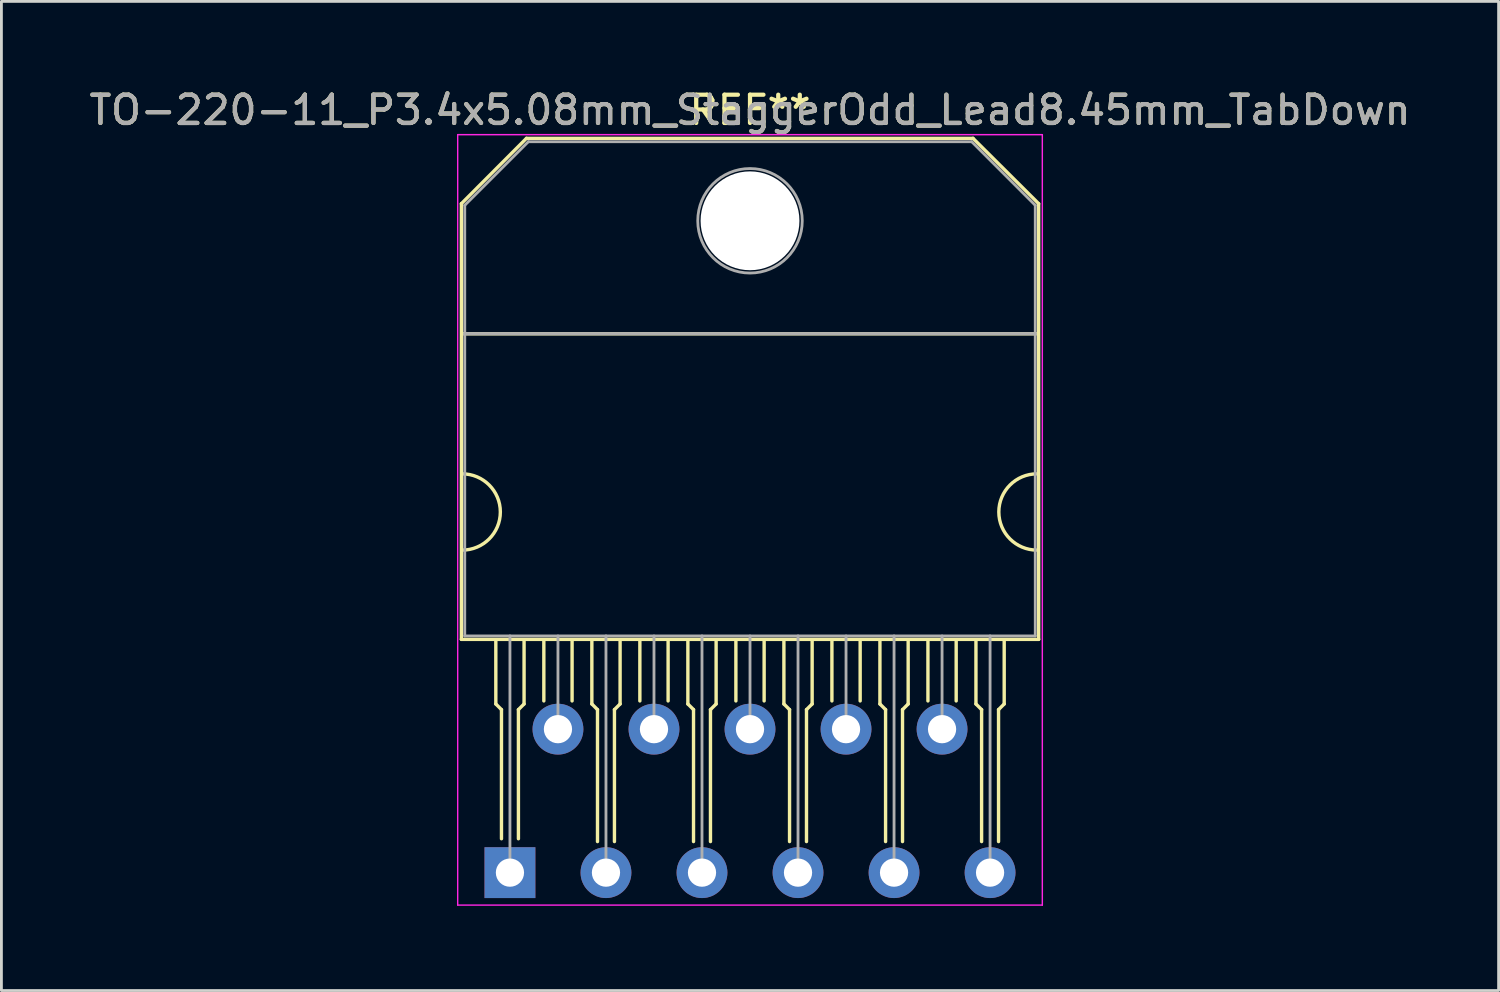
<source format=kicad_pcb>
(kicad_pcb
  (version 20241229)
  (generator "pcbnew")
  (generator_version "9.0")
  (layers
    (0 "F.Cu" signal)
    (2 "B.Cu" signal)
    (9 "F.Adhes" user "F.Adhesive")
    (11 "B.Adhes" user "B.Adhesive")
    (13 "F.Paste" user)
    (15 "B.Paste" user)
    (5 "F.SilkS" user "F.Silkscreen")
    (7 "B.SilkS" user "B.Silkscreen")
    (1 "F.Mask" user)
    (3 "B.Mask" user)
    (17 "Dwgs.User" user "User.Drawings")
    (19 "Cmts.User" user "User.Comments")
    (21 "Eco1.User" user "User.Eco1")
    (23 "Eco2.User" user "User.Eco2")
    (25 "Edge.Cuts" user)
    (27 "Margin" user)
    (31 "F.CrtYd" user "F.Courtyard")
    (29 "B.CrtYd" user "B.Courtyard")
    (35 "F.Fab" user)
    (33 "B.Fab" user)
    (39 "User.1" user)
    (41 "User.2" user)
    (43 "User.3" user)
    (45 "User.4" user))
  (footprint "TO-220-11_P3.4x5.08mm_StaggerOdd_Lead8.45mm_TabDown"
    (layer "F.Cu")
    (at 15.006 27.848)
    (property "Reference" "TO-220-11_P3.4x5.08mm_StaggerOdd_Lead8.45mm_TabDown" (at 8.5 -27 0) (layer "F.SilkS") (effects (font (size 1 1) (thickness 0.15))))
    (attr through_hole)
    (fp_line (start -1.72 -23.686) (end -1.72 -8.26) (stroke (width 0.12) (type solid)) (layer "F.SilkS"))
    (fp_line (start -1.72 -23.686) (end 0.585 -26) (stroke (width 0.12) (type solid)) (layer "F.SilkS"))
    (fp_line (start -1.72 -8.26) (end 18.72 -8.26) (stroke (width 0.12) (type solid)) (layer "F.SilkS"))
    (fp_line (start -1.69 -19.08) (end 18.66 -19.08) (stroke (width 0.12) (type solid)) (layer "F.SilkS"))
    (fp_line (start -0.5 -8.222) (end -0.5 -5.972) (stroke (width 0.12) (type solid)) (layer "F.SilkS"))
    (fp_line (start -0.5 -5.972) (end -0.3 -5.772) (stroke (width 0.12) (type solid)) (layer "F.SilkS"))
    (fp_line (start -0.3 -1.2) (end -0.3 -5.772) (stroke (width 0.12) (type solid)) (layer "F.SilkS"))
    (fp_line (start 0.3 -1.2) (end 0.3 -5.772) (stroke (width 0.12) (type solid)) (layer "F.SilkS"))
    (fp_line (start 0.5 -8.222) (end 0.5 -5.972) (stroke (width 0.12) (type solid)) (layer "F.SilkS"))
    (fp_line (start 0.5 -5.972) (end 0.3 -5.772) (stroke (width 0.12) (type solid)) (layer "F.SilkS"))
    (fp_line (start 0.585 -26) (end 16.396 -26) (stroke (width 0.12) (type solid)) (layer "F.SilkS"))
    (fp_line (start 1.2 -8.222) (end 1.2 -6.08) (stroke (width 0.12) (type solid)) (layer "F.SilkS"))
    (fp_line (start 2.2 -8.222) (end 2.2 -6.08) (stroke (width 0.12) (type solid)) (layer "F.SilkS"))
    (fp_line (start 2.9 -8.222) (end 2.9 -5.972) (stroke (width 0.12) (type solid)) (layer "F.SilkS"))
    (fp_line (start 2.9 -5.972) (end 3.1 -5.772) (stroke (width 0.12) (type solid)) (layer "F.SilkS"))
    (fp_line (start 3.1 -1.1) (end 3.1 -5.772) (stroke (width 0.12) (type solid)) (layer "F.SilkS"))
    (fp_line (start 3.7 -1.1) (end 3.7 -5.772) (stroke (width 0.12) (type solid)) (layer "F.SilkS"))
    (fp_line (start 3.9 -8.222) (end 3.9 -5.972) (stroke (width 0.12) (type solid)) (layer "F.SilkS"))
    (fp_line (start 3.9 -5.972) (end 3.7 -5.772) (stroke (width 0.12) (type solid)) (layer "F.SilkS"))
    (fp_line (start 4.6 -8.222) (end 4.6 -6.08) (stroke (width 0.12) (type solid)) (layer "F.SilkS"))
    (fp_line (start 5.6 -8.222) (end 5.6 -6.08) (stroke (width 0.12) (type solid)) (layer "F.SilkS"))
    (fp_line (start 6.3 -8.222) (end 6.3 -5.972) (stroke (width 0.12) (type solid)) (layer "F.SilkS"))
    (fp_line (start 6.3 -5.972) (end 6.5 -5.772) (stroke (width 0.12) (type solid)) (layer "F.SilkS"))
    (fp_line (start 6.5 -1.1) (end 6.5 -5.772) (stroke (width 0.12) (type solid)) (layer "F.SilkS"))
    (fp_line (start 7.1 -1.1) (end 7.1 -5.772) (stroke (width 0.12) (type solid)) (layer "F.SilkS"))
    (fp_line (start 7.3 -8.222) (end 7.3 -5.972) (stroke (width 0.12) (type solid)) (layer "F.SilkS"))
    (fp_line (start 7.3 -5.972) (end 7.1 -5.772) (stroke (width 0.12) (type solid)) (layer "F.SilkS"))
    (fp_line (start 8 -8.222) (end 8 -6.08) (stroke (width 0.12) (type solid)) (layer "F.SilkS"))
    (fp_line (start 9 -8.222) (end 9 -6.08) (stroke (width 0.12) (type solid)) (layer "F.SilkS"))
    (fp_line (start 9.7 -8.222) (end 9.7 -5.972) (stroke (width 0.12) (type solid)) (layer "F.SilkS"))
    (fp_line (start 9.7 -5.972) (end 9.9 -5.772) (stroke (width 0.12) (type solid)) (layer "F.SilkS"))
    (fp_line (start 9.9 -1.1) (end 9.9 -5.772) (stroke (width 0.12) (type solid)) (layer "F.SilkS"))
    (fp_line (start 10.5 -1.1) (end 10.5 -5.772) (stroke (width 0.12) (type solid)) (layer "F.SilkS"))
    (fp_line (start 10.7 -8.222) (end 10.7 -5.972) (stroke (width 0.12) (type solid)) (layer "F.SilkS"))
    (fp_line (start 10.7 -5.972) (end 10.5 -5.772) (stroke (width 0.12) (type solid)) (layer "F.SilkS"))
    (fp_line (start 11.4 -8.222) (end 11.4 -6.08) (stroke (width 0.12) (type solid)) (layer "F.SilkS"))
    (fp_line (start 12.4 -8.222) (end 12.4 -6.08) (stroke (width 0.12) (type solid)) (layer "F.SilkS"))
    (fp_line (start 13.1 -8.222) (end 13.1 -5.972) (stroke (width 0.12) (type solid)) (layer "F.SilkS"))
    (fp_line (start 13.1 -5.972) (end 13.3 -5.772) (stroke (width 0.12) (type solid)) (layer "F.SilkS"))
    (fp_line (start 13.3 -1.1) (end 13.3 -5.772) (stroke (width 0.12) (type solid)) (layer "F.SilkS"))
    (fp_line (start 13.9 -1.1) (end 13.9 -5.772) (stroke (width 0.12) (type solid)) (layer "F.SilkS"))
    (fp_line (start 14.1 -8.222) (end 14.1 -5.972) (stroke (width 0.12) (type solid)) (layer "F.SilkS"))
    (fp_line (start 14.1 -5.972) (end 13.9 -5.772) (stroke (width 0.12) (type solid)) (layer "F.SilkS"))
    (fp_line (start 14.8 -8.222) (end 14.8 -6.08) (stroke (width 0.12) (type solid)) (layer "F.SilkS"))
    (fp_line (start 15.8 -8.222) (end 15.8 -6.08) (stroke (width 0.12) (type solid)) (layer "F.SilkS"))
    (fp_line (start 16.5 -8.222) (end 16.5 -5.972) (stroke (width 0.12) (type solid)) (layer "F.SilkS"))
    (fp_line (start 16.5 -5.972) (end 16.7 -5.772) (stroke (width 0.12) (type solid)) (layer "F.SilkS"))
    (fp_line (start 16.7 -1.1) (end 16.7 -5.772) (stroke (width 0.12) (type solid)) (layer "F.SilkS"))
    (fp_line (start 17.3 -1.1) (end 17.3 -5.772) (stroke (width 0.12) (type solid)) (layer "F.SilkS"))
    (fp_line (start 17.5 -8.222) (end 17.5 -5.972) (stroke (width 0.12) (type solid)) (layer "F.SilkS"))
    (fp_line (start 17.5 -5.972) (end 17.3 -5.772) (stroke (width 0.12) (type solid)) (layer "F.SilkS"))
    (fp_line (start 18.72 -23.686) (end 16.396 -26) (stroke (width 0.12) (type solid)) (layer "F.SilkS"))
    (fp_line (start 18.72 -23.686) (end 18.72 -8.26) (stroke (width 0.12) (type solid)) (layer "F.SilkS"))
    (fp_arc (start -1.69 -14.12) (mid -0.34 -12.77) (end -1.69 -11.42) (stroke (width 0.12) (type solid)) (layer "F.SilkS"))
    (fp_arc (start 18.66 -11.42) (mid 17.31 -12.77) (end 18.66 -14.12) (stroke (width 0.12) (type solid)) (layer "F.SilkS"))
    (fp_line (start -1.85 -26.13) (end -1.85 1.15) (stroke (width 0.05) (type solid)) (layer "F.CrtYd"))
    (fp_line (start -1.85 1.15) (end 18.85 1.15) (stroke (width 0.05) (type solid)) (layer "F.CrtYd"))
    (fp_line (start 18.85 -26.13) (end -1.85 -26.13) (stroke (width 0.05) (type solid)) (layer "F.CrtYd"))
    (fp_line (start 18.85 1.15) (end 18.85 -26.13) (stroke (width 0.05) (type solid)) (layer "F.CrtYd"))
    (fp_line (start -1.6 -23.63) (end 0.651 -25.88) (stroke (width 0.1) (type solid)) (layer "F.Fab"))
    (fp_line (start -1.6 -19.08) (end -1.6 -23.63) (stroke (width 0.1) (type solid)) (layer "F.Fab"))
    (fp_line (start -1.6 -19.08) (end 18.6 -19.08) (stroke (width 0.1) (type solid)) (layer "F.Fab"))
    (fp_line (start -1.6 -8.38) (end -1.6 -19.08) (stroke (width 0.1) (type solid)) (layer "F.Fab"))
    (fp_line (start 0 -8.382) (end 0 0) (stroke (width 0.1) (type solid)) (layer "F.Fab"))
    (fp_line (start 0.651 -25.88) (end 16.351 -25.88) (stroke (width 0.1) (type solid)) (layer "F.Fab"))
    (fp_line (start 1.7 -8.38) (end 1.7 -5.08) (stroke (width 0.1) (type solid)) (layer "F.Fab"))
    (fp_line (start 3.4 -8.382) (end 3.4 0) (stroke (width 0.1) (type solid)) (layer "F.Fab"))
    (fp_line (start 5.1 -8.38) (end 5.1 -5.08) (stroke (width 0.1) (type solid)) (layer "F.Fab"))
    (fp_line (start 6.8 -8.382) (end 6.8 0) (stroke (width 0.1) (type solid)) (layer "F.Fab"))
    (fp_line (start 8.5 -8.38) (end 8.5 -5.08) (stroke (width 0.1) (type solid)) (layer "F.Fab"))
    (fp_line (start 10.2 -8.382) (end 10.2 0) (stroke (width 0.1) (type solid)) (layer "F.Fab"))
    (fp_line (start 11.9 -8.38) (end 11.9 -5.08) (stroke (width 0.1) (type solid)) (layer "F.Fab"))
    (fp_line (start 13.6 -8.382) (end 13.6 0) (stroke (width 0.1) (type solid)) (layer "F.Fab"))
    (fp_line (start 15.3 -8.38) (end 15.3 -5.08) (stroke (width 0.1) (type solid)) (layer "F.Fab"))
    (fp_line (start 16.351 -25.88) (end 18.6 -23.63) (stroke (width 0.1) (type solid)) (layer "F.Fab"))
    (fp_line (start 17 -8.382) (end 17 0) (stroke (width 0.1) (type solid)) (layer "F.Fab"))
    (fp_line (start 18.6 -23.63) (end 18.6 -19.08) (stroke (width 0.1) (type solid)) (layer "F.Fab"))
    (fp_line (start 18.6 -19.08) (end -1.6 -19.08) (stroke (width 0.1) (type solid)) (layer "F.Fab"))
    (fp_line (start 18.6 -19.08) (end 18.6 -8.38) (stroke (width 0.1) (type solid)) (layer "F.Fab"))
    (fp_line (start 18.6 -8.38) (end -1.6 -8.38) (stroke (width 0.1) (type solid)) (layer "F.Fab"))
    (fp_circle (center 8.5 -23.08) (end 10.35 -23.08) (stroke (width 0.1) (type solid)) (fill no) (layer "F.Fab"))
    (fp_text user "REF**" (at 8.5 -27 0) (layer "F.SilkS") (effects (font (size 1 1) (thickness 0.15))))
    (fp_text user "${REFERENCE}" (at 8.5 -27 0) (layer "F.Fab") (effects (font (size 1 1) (thickness 0.15))))
    (pad "" np_thru_hole oval (at 8.5 -23.08) (size 3.5 3.5) (drill 3.5) (layers "*.Cu" "*.Mask"))
    (pad "1" thru_hole rect (at 0 0) (size 1.8 1.8) (drill 1) (layers "*.Cu" "*.Mask"))
    (pad "2" thru_hole oval (at 1.7 -5.08) (size 1.8 1.8) (drill 1) (layers "*.Cu" "*.Mask"))
    (pad "3" thru_hole oval (at 3.4 0) (size 1.8 1.8) (drill 1) (layers "*.Cu" "*.Mask"))
    (pad "4" thru_hole oval (at 5.1 -5.08) (size 1.8 1.8) (drill 1) (layers "*.Cu" "*.Mask"))
    (pad "5" thru_hole oval (at 6.8 0) (size 1.8 1.8) (drill 1) (layers "*.Cu" "*.Mask"))
    (pad "6" thru_hole oval (at 8.5 -5.08) (size 1.8 1.8) (drill 1) (layers "*.Cu" "*.Mask"))
    (pad "7" thru_hole oval (at 10.2 0) (size 1.8 1.8) (drill 1) (layers "*.Cu" "*.Mask"))
    (pad "8" thru_hole oval (at 11.9 -5.08) (size 1.8 1.8) (drill 1) (layers "*.Cu" "*.Mask"))
    (pad "9" thru_hole oval (at 13.6 0) (size 1.8 1.8) (drill 1) (layers "*.Cu" "*.Mask"))
    (pad "10" thru_hole oval (at 15.3 -5.08) (size 1.8 1.8) (drill 1) (layers "*.Cu" "*.Mask"))
    (pad "11" thru_hole oval (at 17 0) (size 1.8 1.8) (drill 1) (layers "*.Cu" "*.Mask")))
  (gr_rect
    (start -3 -3)
    (end 50.012 32.023)
    (stroke (width 0.1) (type default))
    (fill no)
    (layer "Edge.Cuts")))
</source>
